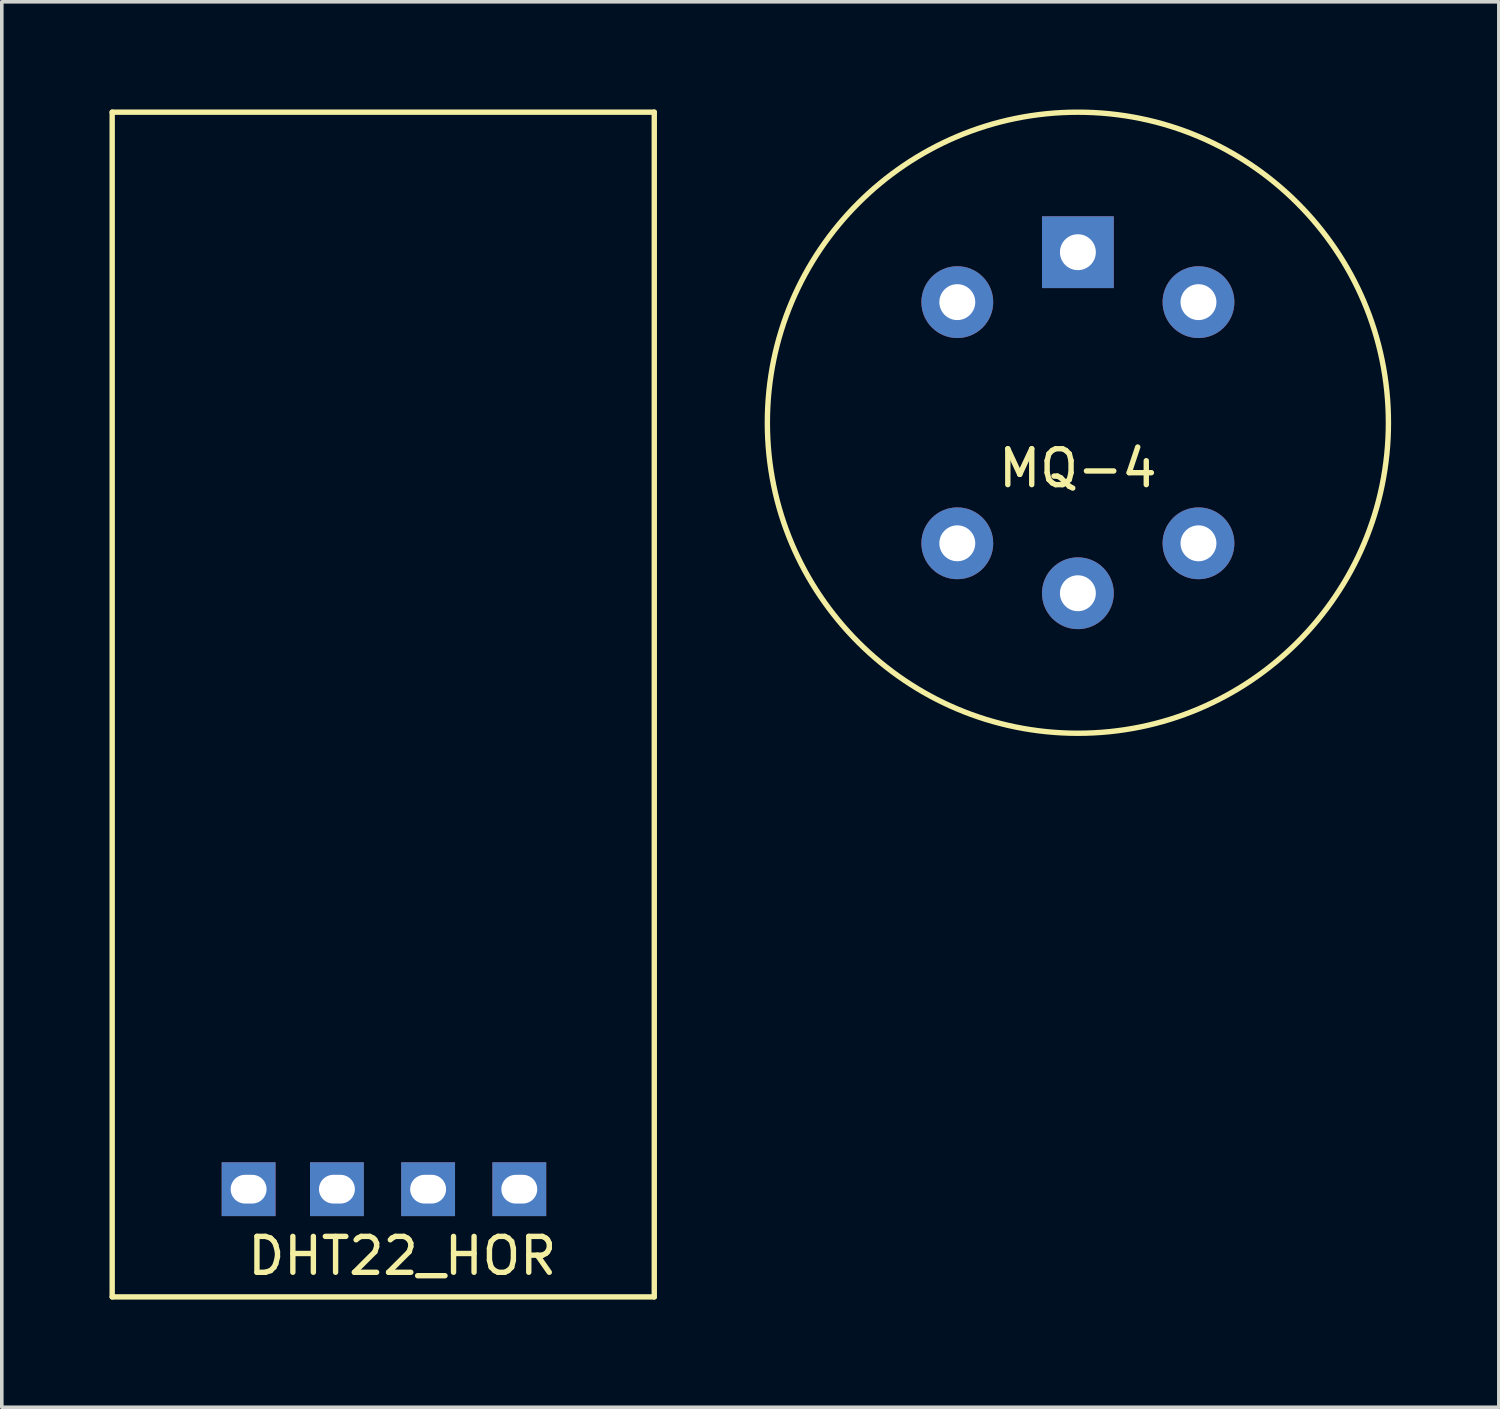
<source format=kicad_pcb>
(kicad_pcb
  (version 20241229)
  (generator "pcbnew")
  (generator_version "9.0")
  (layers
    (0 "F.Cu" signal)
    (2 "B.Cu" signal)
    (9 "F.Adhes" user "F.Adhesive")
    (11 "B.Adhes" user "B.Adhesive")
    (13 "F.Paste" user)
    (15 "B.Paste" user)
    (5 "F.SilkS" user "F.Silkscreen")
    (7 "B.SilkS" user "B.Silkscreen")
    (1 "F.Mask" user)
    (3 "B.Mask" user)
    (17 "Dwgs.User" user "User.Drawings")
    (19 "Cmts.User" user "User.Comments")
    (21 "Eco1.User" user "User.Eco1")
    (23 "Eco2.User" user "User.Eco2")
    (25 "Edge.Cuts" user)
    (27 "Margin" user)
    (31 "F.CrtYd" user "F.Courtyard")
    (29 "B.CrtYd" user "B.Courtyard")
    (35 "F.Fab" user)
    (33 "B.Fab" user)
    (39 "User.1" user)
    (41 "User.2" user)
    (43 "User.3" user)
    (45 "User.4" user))
  (footprint "MQ-4"
    (layer "F.Cu")
    (at 26.975 8.725)
    (property "Reference" "MQ-4" (at 0 1.27 0) (layer "F.SilkS") (effects (font (size 1 1) (thickness 0.15))))
    (attr through_hole)
    (fp_circle (center 0 0) (end 8.65 0) (stroke (width 0.15) (type solid)) (fill no) (layer "F.SilkS"))
    (pad "1" thru_hole circle (at -3.359 -3.359) (size 2 2) (drill 1) (layers "*.Cu" "*.Mask"))
    (pad "2" thru_hole circle (at 3.359 -3.359) (size 2 2) (drill 1) (layers "*.Cu" "*.Mask"))
    (pad "3" thru_hole circle (at -3.359 3.359) (size 2 2) (drill 1) (layers "*.Cu" "*.Mask"))
    (pad "4" thru_hole circle (at 3.359 3.359) (size 2 2) (drill 1) (layers "*.Cu" "*.Mask"))
    (pad "5" thru_hole circle (at 0 4.75) (size 2 2) (drill 1) (layers "*.Cu" "*.Mask"))
    (pad "6" thru_hole rect (at 0 -4.75) (size 2 2) (drill 1) (layers "*.Cu" "*.Mask")))
  (footprint "DHT22_HOR"
    (layer "F.Cu")
    (at 8.875 30.075)
    (property "Reference" "DHT22_HOR" (at -0.72 1.86 0) (layer "F.SilkS") (effects (font (size 1 1) (thickness 0.15))))
    (attr through_hole)
    (fp_line (start -8.8 -30) (end -8.8 3) (stroke (width 0.15) (type solid)) (layer "F.SilkS"))
    (fp_line (start -8.8 -30) (end 6.3 -30) (stroke (width 0.15) (type solid)) (layer "F.SilkS"))
    (fp_line (start 6.3 -30) (end 6.3 3) (stroke (width 0.15) (type solid)) (layer "F.SilkS"))
    (fp_line (start 6.3 3) (end -8.8 3) (stroke (width 0.15) (type solid)) (layer "F.SilkS"))
    (pad "1" thru_hole rect (at -5 0) (size 1.5 1.5) (drill oval 1 0.8) (layers "*.Cu" "*.Mask"))
    (pad "2" thru_hole rect (at -2.54 0) (size 1.5 1.5) (drill oval 1 0.8) (layers "*.Cu" "*.Mask"))
    (pad "3" thru_hole rect (at 0 0) (size 1.5 1.5) (drill oval 1 0.8) (layers "*.Cu" "*.Mask"))
    (pad "4" thru_hole rect (at 2.54 0) (size 1.5 1.5) (drill oval 1 0.8) (layers "*.Cu" "*.Mask")))
  (gr_rect
    (start -3 -3)
    (end 38.7 36.15)
    (stroke (width 0.1) (type default))
    (fill no)
    (layer "Edge.Cuts")))
</source>
